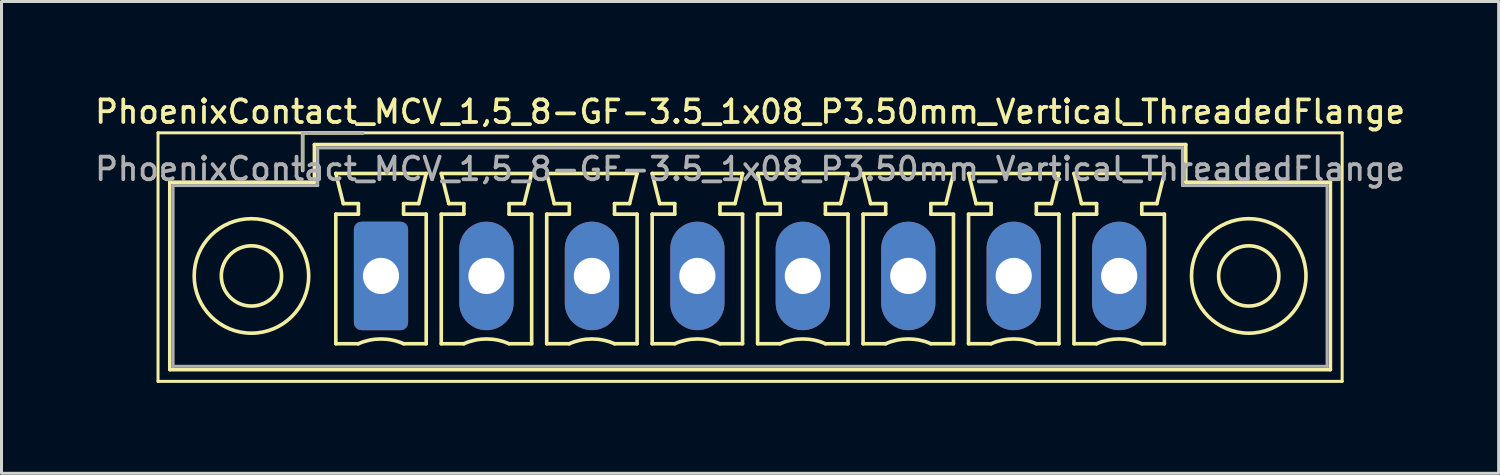
<source format=kicad_pcb>
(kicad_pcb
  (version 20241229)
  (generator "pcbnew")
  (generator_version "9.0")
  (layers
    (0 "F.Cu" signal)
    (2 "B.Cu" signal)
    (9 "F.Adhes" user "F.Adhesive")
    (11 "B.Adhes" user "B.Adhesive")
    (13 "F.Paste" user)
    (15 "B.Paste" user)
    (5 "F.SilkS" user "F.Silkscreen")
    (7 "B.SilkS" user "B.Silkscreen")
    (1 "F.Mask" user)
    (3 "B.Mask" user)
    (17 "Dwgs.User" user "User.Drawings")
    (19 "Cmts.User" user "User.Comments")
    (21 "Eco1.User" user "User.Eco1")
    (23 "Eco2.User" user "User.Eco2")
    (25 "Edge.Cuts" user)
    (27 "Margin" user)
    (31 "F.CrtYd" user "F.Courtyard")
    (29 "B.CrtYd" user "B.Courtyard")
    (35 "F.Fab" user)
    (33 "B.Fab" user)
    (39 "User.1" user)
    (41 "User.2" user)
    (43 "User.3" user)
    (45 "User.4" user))
  (footprint "PhoenixContact_MCV_1,5_8-GF-3.5_1x08_P3.50mm_Vertical_ThreadedFlange"
    (layer "F.Cu")
    (at 9.595 6.108)
    (property "Reference" "PhoenixContact_MCV_1,5_8-GF-3.5_1x08_P3.50mm_Vertical_ThreadedFlange" (at 12.25 -5.45 0) (layer "F.SilkS") (effects (font (size 0.75 0.75) (thickness 0.125))))
    (attr through_hole)
    (fp_line (start -7.4 -4.75) (end -7.4 3.5) (stroke (width 0.1) (type solid)) (layer "F.SilkS"))
    (fp_line (start -7.4 3.5) (end 31.9 3.5) (stroke (width 0.1) (type solid)) (layer "F.SilkS"))
    (fp_line (start -7.01 -3.11) (end -7.01 3.11) (stroke (width 0.12) (type solid)) (layer "F.SilkS"))
    (fp_line (start -7.01 3.11) (end 31.51 3.11) (stroke (width 0.12) (type solid)) (layer "F.SilkS"))
    (fp_line (start -2.6 -4.75) (end -0.6 -4.75) (stroke (width 0.12) (type solid)) (layer "F.SilkS"))
    (fp_line (start -2.6 -3.5) (end -2.6 -4.75) (stroke (width 0.12) (type solid)) (layer "F.SilkS"))
    (fp_line (start -2.21 -4.36) (end -2.21 -3.11) (stroke (width 0.12) (type solid)) (layer "F.SilkS"))
    (fp_line (start -2.21 -3.11) (end -7.01 -3.11) (stroke (width 0.12) (type solid)) (layer "F.SilkS"))
    (fp_line (start -1.5 -3.4) (end 1.5 -3.4) (stroke (width 0.12) (type solid)) (layer "F.SilkS"))
    (fp_line (start -1.5 -2.05) (end -0.75 -2.05) (stroke (width 0.12) (type solid)) (layer "F.SilkS"))
    (fp_line (start -1.5 2.25) (end -1.5 -2.05) (stroke (width 0.12) (type solid)) (layer "F.SilkS"))
    (fp_line (start -1.25 -2.4) (end -1.5 -3.4) (stroke (width 0.12) (type solid)) (layer "F.SilkS"))
    (fp_line (start -0.75 -2.4) (end -1.25 -2.4) (stroke (width 0.12) (type solid)) (layer "F.SilkS"))
    (fp_line (start -0.75 -2.05) (end -0.75 -2.4) (stroke (width 0.12) (type solid)) (layer "F.SilkS"))
    (fp_line (start -0.75 2.25) (end -1.5 2.25) (stroke (width 0.12) (type solid)) (layer "F.SilkS"))
    (fp_line (start 0.75 -2.4) (end 0.75 -2.05) (stroke (width 0.12) (type solid)) (layer "F.SilkS"))
    (fp_line (start 0.75 -2.05) (end 1.5 -2.05) (stroke (width 0.12) (type solid)) (layer "F.SilkS"))
    (fp_line (start 1.25 -2.4) (end 0.75 -2.4) (stroke (width 0.12) (type solid)) (layer "F.SilkS"))
    (fp_line (start 1.5 -3.4) (end 1.25 -2.4) (stroke (width 0.12) (type solid)) (layer "F.SilkS"))
    (fp_line (start 1.5 -2.05) (end 1.5 2.25) (stroke (width 0.12) (type solid)) (layer "F.SilkS"))
    (fp_line (start 1.5 2.25) (end 0.75 2.25) (stroke (width 0.12) (type solid)) (layer "F.SilkS"))
    (fp_line (start 2 -3.4) (end 5 -3.4) (stroke (width 0.12) (type solid)) (layer "F.SilkS"))
    (fp_line (start 2 -2.05) (end 2.75 -2.05) (stroke (width 0.12) (type solid)) (layer "F.SilkS"))
    (fp_line (start 2 2.25) (end 2 -2.05) (stroke (width 0.12) (type solid)) (layer "F.SilkS"))
    (fp_line (start 2.25 -2.4) (end 2 -3.4) (stroke (width 0.12) (type solid)) (layer "F.SilkS"))
    (fp_line (start 2.75 -2.4) (end 2.25 -2.4) (stroke (width 0.12) (type solid)) (layer "F.SilkS"))
    (fp_line (start 2.75 -2.05) (end 2.75 -2.4) (stroke (width 0.12) (type solid)) (layer "F.SilkS"))
    (fp_line (start 2.75 2.25) (end 2 2.25) (stroke (width 0.12) (type solid)) (layer "F.SilkS"))
    (fp_line (start 4.25 -2.4) (end 4.25 -2.05) (stroke (width 0.12) (type solid)) (layer "F.SilkS"))
    (fp_line (start 4.25 -2.05) (end 5 -2.05) (stroke (width 0.12) (type solid)) (layer "F.SilkS"))
    (fp_line (start 4.75 -2.4) (end 4.25 -2.4) (stroke (width 0.12) (type solid)) (layer "F.SilkS"))
    (fp_line (start 5 -3.4) (end 4.75 -2.4) (stroke (width 0.12) (type solid)) (layer "F.SilkS"))
    (fp_line (start 5 -2.05) (end 5 2.25) (stroke (width 0.12) (type solid)) (layer "F.SilkS"))
    (fp_line (start 5 2.25) (end 4.25 2.25) (stroke (width 0.12) (type solid)) (layer "F.SilkS"))
    (fp_line (start 5.5 -3.4) (end 8.5 -3.4) (stroke (width 0.12) (type solid)) (layer "F.SilkS"))
    (fp_line (start 5.5 -2.05) (end 6.25 -2.05) (stroke (width 0.12) (type solid)) (layer "F.SilkS"))
    (fp_line (start 5.5 2.25) (end 5.5 -2.05) (stroke (width 0.12) (type solid)) (layer "F.SilkS"))
    (fp_line (start 5.75 -2.4) (end 5.5 -3.4) (stroke (width 0.12) (type solid)) (layer "F.SilkS"))
    (fp_line (start 6.25 -2.4) (end 5.75 -2.4) (stroke (width 0.12) (type solid)) (layer "F.SilkS"))
    (fp_line (start 6.25 -2.05) (end 6.25 -2.4) (stroke (width 0.12) (type solid)) (layer "F.SilkS"))
    (fp_line (start 6.25 2.25) (end 5.5 2.25) (stroke (width 0.12) (type solid)) (layer "F.SilkS"))
    (fp_line (start 7.75 -2.4) (end 7.75 -2.05) (stroke (width 0.12) (type solid)) (layer "F.SilkS"))
    (fp_line (start 7.75 -2.05) (end 8.5 -2.05) (stroke (width 0.12) (type solid)) (layer "F.SilkS"))
    (fp_line (start 8.25 -2.4) (end 7.75 -2.4) (stroke (width 0.12) (type solid)) (layer "F.SilkS"))
    (fp_line (start 8.5 -3.4) (end 8.25 -2.4) (stroke (width 0.12) (type solid)) (layer "F.SilkS"))
    (fp_line (start 8.5 -2.05) (end 8.5 2.25) (stroke (width 0.12) (type solid)) (layer "F.SilkS"))
    (fp_line (start 8.5 2.25) (end 7.75 2.25) (stroke (width 0.12) (type solid)) (layer "F.SilkS"))
    (fp_line (start 9 -3.4) (end 12 -3.4) (stroke (width 0.12) (type solid)) (layer "F.SilkS"))
    (fp_line (start 9 -2.05) (end 9.75 -2.05) (stroke (width 0.12) (type solid)) (layer "F.SilkS"))
    (fp_line (start 9 2.25) (end 9 -2.05) (stroke (width 0.12) (type solid)) (layer "F.SilkS"))
    (fp_line (start 9.25 -2.4) (end 9 -3.4) (stroke (width 0.12) (type solid)) (layer "F.SilkS"))
    (fp_line (start 9.75 -2.4) (end 9.25 -2.4) (stroke (width 0.12) (type solid)) (layer "F.SilkS"))
    (fp_line (start 9.75 -2.05) (end 9.75 -2.4) (stroke (width 0.12) (type solid)) (layer "F.SilkS"))
    (fp_line (start 9.75 2.25) (end 9 2.25) (stroke (width 0.12) (type solid)) (layer "F.SilkS"))
    (fp_line (start 11.25 -2.4) (end 11.25 -2.05) (stroke (width 0.12) (type solid)) (layer "F.SilkS"))
    (fp_line (start 11.25 -2.05) (end 12 -2.05) (stroke (width 0.12) (type solid)) (layer "F.SilkS"))
    (fp_line (start 11.75 -2.4) (end 11.25 -2.4) (stroke (width 0.12) (type solid)) (layer "F.SilkS"))
    (fp_line (start 12 -3.4) (end 11.75 -2.4) (stroke (width 0.12) (type solid)) (layer "F.SilkS"))
    (fp_line (start 12 -2.05) (end 12 2.25) (stroke (width 0.12) (type solid)) (layer "F.SilkS"))
    (fp_line (start 12 2.25) (end 11.25 2.25) (stroke (width 0.12) (type solid)) (layer "F.SilkS"))
    (fp_line (start 12.5 -3.4) (end 15.5 -3.4) (stroke (width 0.12) (type solid)) (layer "F.SilkS"))
    (fp_line (start 12.5 -2.05) (end 13.25 -2.05) (stroke (width 0.12) (type solid)) (layer "F.SilkS"))
    (fp_line (start 12.5 2.25) (end 12.5 -2.05) (stroke (width 0.12) (type solid)) (layer "F.SilkS"))
    (fp_line (start 12.75 -2.4) (end 12.5 -3.4) (stroke (width 0.12) (type solid)) (layer "F.SilkS"))
    (fp_line (start 13.25 -2.4) (end 12.75 -2.4) (stroke (width 0.12) (type solid)) (layer "F.SilkS"))
    (fp_line (start 13.25 -2.05) (end 13.25 -2.4) (stroke (width 0.12) (type solid)) (layer "F.SilkS"))
    (fp_line (start 13.25 2.25) (end 12.5 2.25) (stroke (width 0.12) (type solid)) (layer "F.SilkS"))
    (fp_line (start 14.75 -2.4) (end 14.75 -2.05) (stroke (width 0.12) (type solid)) (layer "F.SilkS"))
    (fp_line (start 14.75 -2.05) (end 15.5 -2.05) (stroke (width 0.12) (type solid)) (layer "F.SilkS"))
    (fp_line (start 15.25 -2.4) (end 14.75 -2.4) (stroke (width 0.12) (type solid)) (layer "F.SilkS"))
    (fp_line (start 15.5 -3.4) (end 15.25 -2.4) (stroke (width 0.12) (type solid)) (layer "F.SilkS"))
    (fp_line (start 15.5 -2.05) (end 15.5 2.25) (stroke (width 0.12) (type solid)) (layer "F.SilkS"))
    (fp_line (start 15.5 2.25) (end 14.75 2.25) (stroke (width 0.12) (type solid)) (layer "F.SilkS"))
    (fp_line (start 16 -3.4) (end 19 -3.4) (stroke (width 0.12) (type solid)) (layer "F.SilkS"))
    (fp_line (start 16 -2.05) (end 16.75 -2.05) (stroke (width 0.12) (type solid)) (layer "F.SilkS"))
    (fp_line (start 16 2.25) (end 16 -2.05) (stroke (width 0.12) (type solid)) (layer "F.SilkS"))
    (fp_line (start 16.25 -2.4) (end 16 -3.4) (stroke (width 0.12) (type solid)) (layer "F.SilkS"))
    (fp_line (start 16.75 -2.4) (end 16.25 -2.4) (stroke (width 0.12) (type solid)) (layer "F.SilkS"))
    (fp_line (start 16.75 -2.05) (end 16.75 -2.4) (stroke (width 0.12) (type solid)) (layer "F.SilkS"))
    (fp_line (start 16.75 2.25) (end 16 2.25) (stroke (width 0.12) (type solid)) (layer "F.SilkS"))
    (fp_line (start 18.25 -2.4) (end 18.25 -2.05) (stroke (width 0.12) (type solid)) (layer "F.SilkS"))
    (fp_line (start 18.25 -2.05) (end 19 -2.05) (stroke (width 0.12) (type solid)) (layer "F.SilkS"))
    (fp_line (start 18.75 -2.4) (end 18.25 -2.4) (stroke (width 0.12) (type solid)) (layer "F.SilkS"))
    (fp_line (start 19 -3.4) (end 18.75 -2.4) (stroke (width 0.12) (type solid)) (layer "F.SilkS"))
    (fp_line (start 19 -2.05) (end 19 2.25) (stroke (width 0.12) (type solid)) (layer "F.SilkS"))
    (fp_line (start 19 2.25) (end 18.25 2.25) (stroke (width 0.12) (type solid)) (layer "F.SilkS"))
    (fp_line (start 19.5 -3.4) (end 22.5 -3.4) (stroke (width 0.12) (type solid)) (layer "F.SilkS"))
    (fp_line (start 19.5 -2.05) (end 20.25 -2.05) (stroke (width 0.12) (type solid)) (layer "F.SilkS"))
    (fp_line (start 19.5 2.25) (end 19.5 -2.05) (stroke (width 0.12) (type solid)) (layer "F.SilkS"))
    (fp_line (start 19.75 -2.4) (end 19.5 -3.4) (stroke (width 0.12) (type solid)) (layer "F.SilkS"))
    (fp_line (start 20.25 -2.4) (end 19.75 -2.4) (stroke (width 0.12) (type solid)) (layer "F.SilkS"))
    (fp_line (start 20.25 -2.05) (end 20.25 -2.4) (stroke (width 0.12) (type solid)) (layer "F.SilkS"))
    (fp_line (start 20.25 2.25) (end 19.5 2.25) (stroke (width 0.12) (type solid)) (layer "F.SilkS"))
    (fp_line (start 21.75 -2.4) (end 21.75 -2.05) (stroke (width 0.12) (type solid)) (layer "F.SilkS"))
    (fp_line (start 21.75 -2.05) (end 22.5 -2.05) (stroke (width 0.12) (type solid)) (layer "F.SilkS"))
    (fp_line (start 22.25 -2.4) (end 21.75 -2.4) (stroke (width 0.12) (type solid)) (layer "F.SilkS"))
    (fp_line (start 22.5 -3.4) (end 22.25 -2.4) (stroke (width 0.12) (type solid)) (layer "F.SilkS"))
    (fp_line (start 22.5 -2.05) (end 22.5 2.25) (stroke (width 0.12) (type solid)) (layer "F.SilkS"))
    (fp_line (start 22.5 2.25) (end 21.75 2.25) (stroke (width 0.12) (type solid)) (layer "F.SilkS"))
    (fp_line (start 23 -3.4) (end 26 -3.4) (stroke (width 0.12) (type solid)) (layer "F.SilkS"))
    (fp_line (start 23 -2.05) (end 23.75 -2.05) (stroke (width 0.12) (type solid)) (layer "F.SilkS"))
    (fp_line (start 23 2.25) (end 23 -2.05) (stroke (width 0.12) (type solid)) (layer "F.SilkS"))
    (fp_line (start 23.25 -2.4) (end 23 -3.4) (stroke (width 0.12) (type solid)) (layer "F.SilkS"))
    (fp_line (start 23.75 -2.4) (end 23.25 -2.4) (stroke (width 0.12) (type solid)) (layer "F.SilkS"))
    (fp_line (start 23.75 -2.05) (end 23.75 -2.4) (stroke (width 0.12) (type solid)) (layer "F.SilkS"))
    (fp_line (start 23.75 2.25) (end 23 2.25) (stroke (width 0.12) (type solid)) (layer "F.SilkS"))
    (fp_line (start 25.25 -2.4) (end 25.25 -2.05) (stroke (width 0.12) (type solid)) (layer "F.SilkS"))
    (fp_line (start 25.25 -2.05) (end 26 -2.05) (stroke (width 0.12) (type solid)) (layer "F.SilkS"))
    (fp_line (start 25.75 -2.4) (end 25.25 -2.4) (stroke (width 0.12) (type solid)) (layer "F.SilkS"))
    (fp_line (start 26 -3.4) (end 25.75 -2.4) (stroke (width 0.12) (type solid)) (layer "F.SilkS"))
    (fp_line (start 26 -2.05) (end 26 2.25) (stroke (width 0.12) (type solid)) (layer "F.SilkS"))
    (fp_line (start 26 2.25) (end 25.25 2.25) (stroke (width 0.12) (type solid)) (layer "F.SilkS"))
    (fp_line (start 26.71 -4.36) (end -2.21 -4.36) (stroke (width 0.12) (type solid)) (layer "F.SilkS"))
    (fp_line (start 26.71 -3.11) (end 26.71 -4.36) (stroke (width 0.12) (type solid)) (layer "F.SilkS"))
    (fp_line (start 31.51 -3.11) (end 26.71 -3.11) (stroke (width 0.12) (type solid)) (layer "F.SilkS"))
    (fp_line (start 31.51 3.11) (end 31.51 -3.11) (stroke (width 0.12) (type solid)) (layer "F.SilkS"))
    (fp_line (start 31.9 -4.75) (end -7.4 -4.75) (stroke (width 0.1) (type solid)) (layer "F.SilkS"))
    (fp_line (start 31.9 3.5) (end 31.9 -4.75) (stroke (width 0.1) (type solid)) (layer "F.SilkS"))
    (fp_arc (start -0.75 2.25) (mid -0.000193 2.09191) (end 0.749647 2.249844) (stroke (width 0.12) (type solid)) (layer "F.SilkS"))
    (fp_arc (start 2.75 2.25) (mid 3.499807 2.09191) (end 4.249647 2.249844) (stroke (width 0.12) (type solid)) (layer "F.SilkS"))
    (fp_arc (start 6.25 2.25) (mid 6.999807 2.09191) (end 7.749647 2.249844) (stroke (width 0.12) (type solid)) (layer "F.SilkS"))
    (fp_arc (start 9.75 2.25) (mid 10.499807 2.09191) (end 11.249647 2.249844) (stroke (width 0.12) (type solid)) (layer "F.SilkS"))
    (fp_arc (start 13.25 2.25) (mid 13.999807 2.09191) (end 14.749647 2.249844) (stroke (width 0.12) (type solid)) (layer "F.SilkS"))
    (fp_arc (start 16.75 2.25) (mid 17.499807 2.09191) (end 18.249647 2.249844) (stroke (width 0.12) (type solid)) (layer "F.SilkS"))
    (fp_arc (start 20.25 2.25) (mid 20.999807 2.09191) (end 21.749647 2.249844) (stroke (width 0.12) (type solid)) (layer "F.SilkS"))
    (fp_arc (start 23.75 2.25) (mid 24.499807 2.09191) (end 25.249647 2.249844) (stroke (width 0.12) (type solid)) (layer "F.SilkS"))
    (fp_circle (center -4.3 0) (end -3.3 0) (stroke (width 0.12) (type solid)) (fill no) (layer "F.SilkS"))
    (fp_circle (center -4.3 0) (end -2.4 0) (stroke (width 0.12) (type solid)) (fill no) (layer "F.SilkS"))
    (fp_circle (center 28.8 0) (end 29.8 0) (stroke (width 0.12) (type solid)) (fill no) (layer "F.SilkS"))
    (fp_circle (center 28.8 0) (end 30.7 0) (stroke (width 0.12) (type solid)) (fill no) (layer "F.SilkS"))
    (fp_line (start -6.9 -3) (end -6.9 3) (stroke (width 0.1) (type solid)) (layer "F.Fab"))
    (fp_line (start -6.9 3) (end 31.4 3) (stroke (width 0.1) (type solid)) (layer "F.Fab"))
    (fp_line (start -2.6 -4.75) (end -0.6 -4.75) (stroke (width 0.1) (type solid)) (layer "F.Fab"))
    (fp_line (start -2.6 -3.5) (end -2.6 -4.75) (stroke (width 0.1) (type solid)) (layer "F.Fab"))
    (fp_line (start -2.1 -4.25) (end -2.1 -3) (stroke (width 0.1) (type solid)) (layer "F.Fab"))
    (fp_line (start -2.1 -3) (end -6.9 -3) (stroke (width 0.1) (type solid)) (layer "F.Fab"))
    (fp_line (start 26.6 -4.25) (end -2.1 -4.25) (stroke (width 0.1) (type solid)) (layer "F.Fab"))
    (fp_line (start 26.6 -3) (end 26.6 -4.25) (stroke (width 0.1) (type solid)) (layer "F.Fab"))
    (fp_line (start 31.4 -3) (end 26.6 -3) (stroke (width 0.1) (type solid)) (layer "F.Fab"))
    (fp_line (start 31.4 3) (end 31.4 -3) (stroke (width 0.1) (type solid)) (layer "F.Fab"))
    (fp_text user "${REFERENCE}" (at 12.25 -3.55 0) (layer "F.Fab") (effects (font (size 0.75 0.75) (thickness 0.125))))
    (pad "1" thru_hole roundrect (at 0 0) (size 1.8 3.6) (drill 1.2) (layers "*.Cu" "*.Mask") (roundrect_rratio 0.139))
    (pad "2" thru_hole oval (at 3.5 0) (size 1.8 3.6) (drill 1.2) (layers "*.Cu" "*.Mask"))
    (pad "3" thru_hole oval (at 7 0) (size 1.8 3.6) (drill 1.2) (layers "*.Cu" "*.Mask"))
    (pad "4" thru_hole oval (at 10.5 0) (size 1.8 3.6) (drill 1.2) (layers "*.Cu" "*.Mask"))
    (pad "5" thru_hole oval (at 14 0) (size 1.8 3.6) (drill 1.2) (layers "*.Cu" "*.Mask"))
    (pad "6" thru_hole oval (at 17.5 0) (size 1.8 3.6) (drill 1.2) (layers "*.Cu" "*.Mask"))
    (pad "7" thru_hole oval (at 21 0) (size 1.8 3.6) (drill 1.2) (layers "*.Cu" "*.Mask"))
    (pad "8" thru_hole oval (at 24.5 0) (size 1.8 3.6) (drill 1.2) (layers "*.Cu" "*.Mask")))
  (gr_rect
    (start -3 -3)
    (end 46.689 12.658)
    (stroke (width 0.1) (type default))
    (fill no)
    (layer "Edge.Cuts")))
</source>
